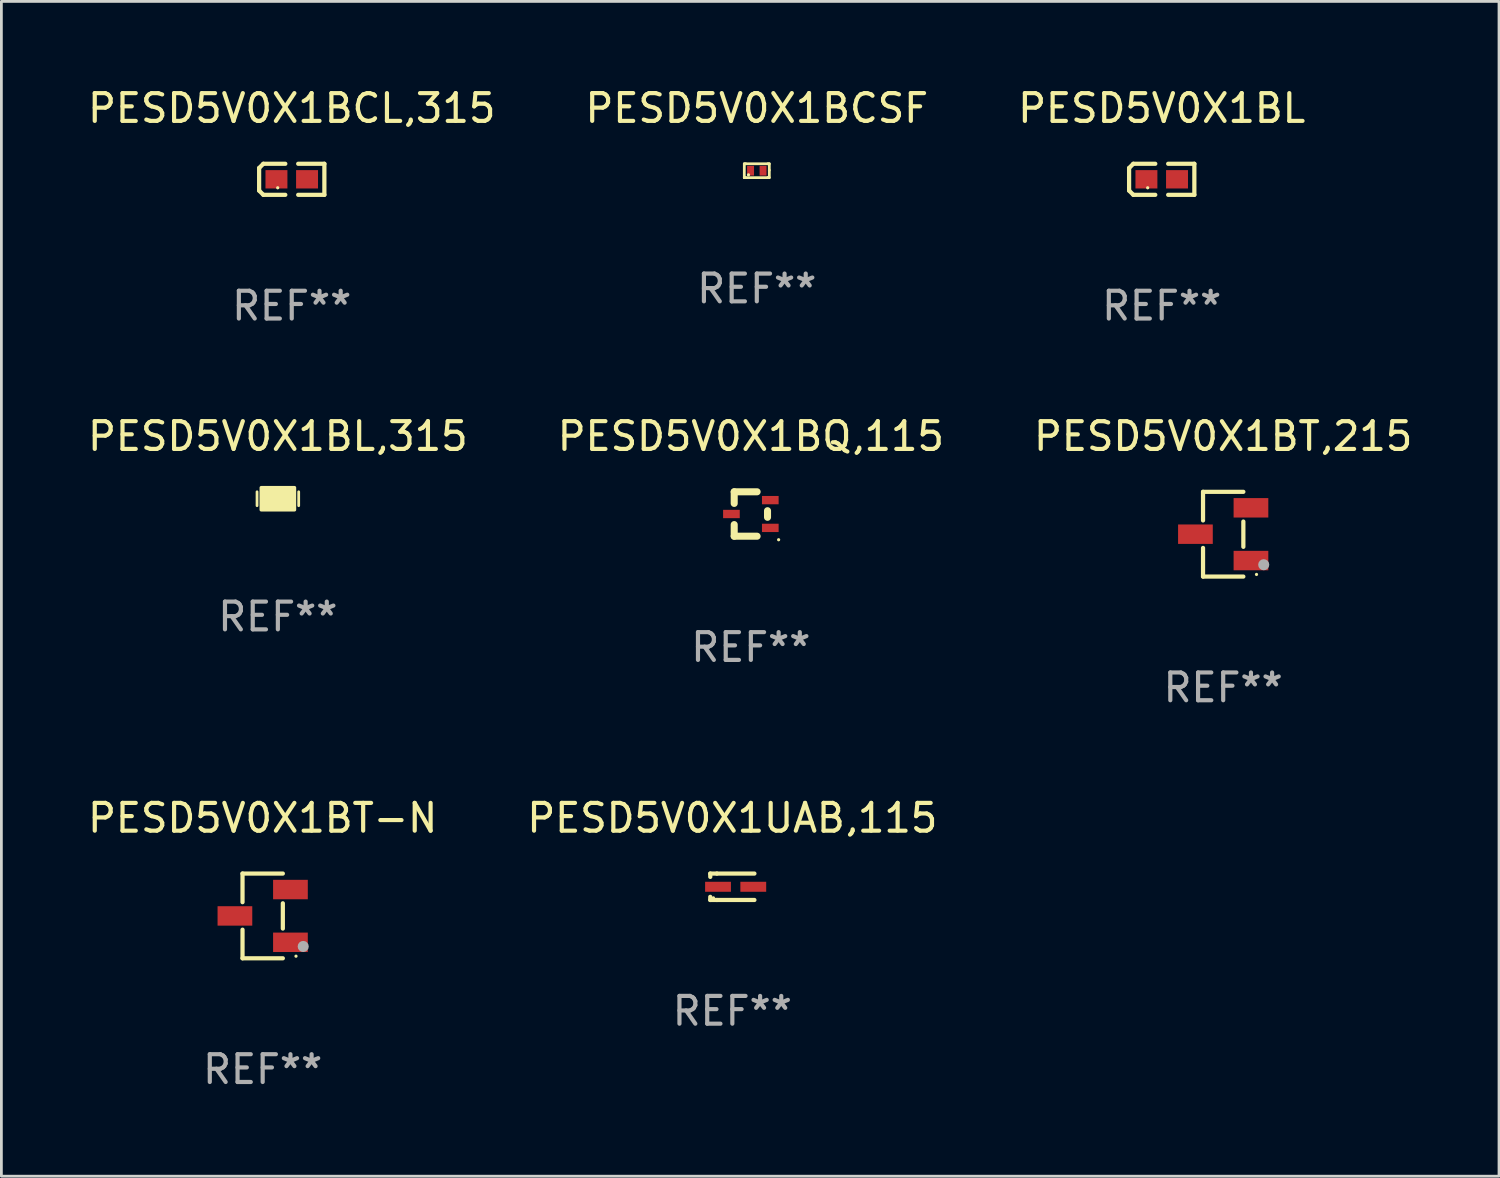
<source format=kicad_pcb>
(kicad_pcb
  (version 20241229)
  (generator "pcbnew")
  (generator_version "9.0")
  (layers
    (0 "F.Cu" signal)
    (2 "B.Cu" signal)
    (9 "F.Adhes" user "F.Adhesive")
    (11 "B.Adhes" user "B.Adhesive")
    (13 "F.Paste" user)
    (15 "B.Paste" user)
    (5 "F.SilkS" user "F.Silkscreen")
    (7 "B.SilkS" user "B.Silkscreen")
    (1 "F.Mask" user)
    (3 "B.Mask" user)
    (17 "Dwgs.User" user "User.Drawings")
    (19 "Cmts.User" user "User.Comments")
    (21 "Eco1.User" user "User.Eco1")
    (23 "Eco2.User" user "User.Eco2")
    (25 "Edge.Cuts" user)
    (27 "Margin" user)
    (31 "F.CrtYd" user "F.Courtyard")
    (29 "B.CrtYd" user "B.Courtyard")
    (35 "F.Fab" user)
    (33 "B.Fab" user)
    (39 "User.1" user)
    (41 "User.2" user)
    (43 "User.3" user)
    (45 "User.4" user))
  (footprint "PESD5V0X1UAB,115"
    (layer "F.Cu")
    (at 23.327 28.889)
    (property "Reference" "PESD5V0X1UAB,115" (at 0 -2.476 0) (layer "F.SilkS") (effects (font (size 1 1) (thickness 0.15))))
    (attr through_hole)
    (fp_line (start -0.795 -0.476) (end -0.795 -0.356) (stroke (width 0.152) (type solid)) (layer "F.SilkS"))
    (fp_line (start -0.795 0.363) (end -0.795 0.476) (stroke (width 0.152) (type solid)) (layer "F.SilkS"))
    (fp_line (start -0.795 0.476) (end -0.557 0.476) (stroke (width 0.152) (type solid)) (layer "F.SilkS"))
    (fp_line (start -0.557 -0.476) (end -0.795 -0.476) (stroke (width 0.152) (type solid)) (layer "F.SilkS"))
    (fp_line (start -0.557 -0.476) (end 0.795 -0.476) (stroke (width 0.152) (type solid)) (layer "F.SilkS"))
    (fp_line (start -0.557 0.476) (end 0.795 0.476) (stroke (width 0.152) (type solid)) (layer "F.SilkS"))
    (fp_circle (center -0.681 0.4) (end -0.651 0.4) (stroke (width 0.06) (type solid)) (fill no) (layer "F.SilkS"))
    (fp_text user "REF**" (at 0 4.476 0) (layer "F.Fab") (effects (font (size 1 1) (thickness 0.15))))
    (pad "1" smd rect (at -0.516 0 180) (size 0.93 0.36) (layers "F.Cu" "F.Mask" "F.Paste"))
    (pad "2" smd rect (at 0.754 0 180) (size 0.93 0.36) (layers "F.Cu" "F.Mask" "F.Paste")))
  (footprint "PESD5V0X1BCL,315"
    (layer "F.Cu")
    (at 7.458 3.408)
    (property "Reference" "PESD5V0X1BCL,315" (at 0 -2.559 0) (layer "F.SilkS") (effects (font (size 1 1) (thickness 0.15))))
    (attr through_hole)
    (fp_line (start -1.175 -0.407) (end -1.023 -0.559) (stroke (width 0.152) (type solid)) (layer "F.SilkS"))
    (fp_line (start -1.175 0.407) (end -1.175 -0.407) (stroke (width 0.152) (type solid)) (layer "F.SilkS"))
    (fp_line (start -1.023 -0.559) (end -0.232 -0.559) (stroke (width 0.152) (type solid)) (layer "F.SilkS"))
    (fp_line (start -1.023 0.559) (end -1.175 0.407) (stroke (width 0.152) (type solid)) (layer "F.SilkS"))
    (fp_line (start -0.232 0.559) (end -1.023 0.559) (stroke (width 0.152) (type solid)) (layer "F.SilkS"))
    (fp_line (start 0.232 0.559) (end 1.175 0.559) (stroke (width 0.152) (type solid)) (layer "F.SilkS"))
    (fp_line (start 1.175 -0.559) (end 0.232 -0.559) (stroke (width 0.152) (type solid)) (layer "F.SilkS"))
    (fp_line (start 1.175 0.559) (end 1.175 -0.559) (stroke (width 0.152) (type solid)) (layer "F.SilkS"))
    (fp_circle (center -0.506 0.306) (end -0.476 0.306) (stroke (width 0.06) (type solid)) (fill no) (layer "F.SilkS"))
    (fp_text user "REF**" (at 0 4.559 0) (layer "F.Fab") (effects (font (size 1 1) (thickness 0.15))))
    (pad "1" smd rect (at -0.551 0) (size 0.79 0.661) (layers "F.Cu" "F.Mask" "F.Paste"))
    (pad "2" smd rect (at 0.551 0) (size 0.79 0.661) (layers "F.Cu" "F.Mask" "F.Paste")))
  (footprint "PESD5V0X1BT,215"
    (layer "F.Cu")
    (at 41.006 16.19)
    (property "Reference" "PESD5V0X1BT,215" (at 0 -3.526 0) (layer "F.SilkS") (effects (font (size 1 1) (thickness 0.15))))
    (attr through_hole)
    (fp_line (start -0.726 -1.526) (end -0.726 -0.495) (stroke (width 0.152) (type solid)) (layer "F.SilkS"))
    (fp_line (start -0.726 1.526) (end -0.726 0.495) (stroke (width 0.152) (type solid)) (layer "F.SilkS"))
    (fp_line (start 0.726 -1.526) (end -0.726 -1.526) (stroke (width 0.152) (type solid)) (layer "F.SilkS"))
    (fp_line (start 0.726 -0.455) (end 0.726 0.455) (stroke (width 0.152) (type solid)) (layer "F.SilkS"))
    (fp_line (start 0.726 1.526) (end -0.726 1.526) (stroke (width 0.152) (type solid)) (layer "F.SilkS"))
    (fp_circle (center 1.2 1.45) (end 1.23 1.45) (stroke (width 0.06) (type solid)) (fill no) (layer "F.SilkS"))
    (fp_circle (center 1.46 1.1) (end 1.56 1.1) (stroke (width 0.2) (type solid)) (fill no) (layer "F.Fab"))
    (fp_text user "REF**" (at 0 5.526 0) (layer "F.Fab") (effects (font (size 1 1) (thickness 0.15))))
    (pad "1" smd rect (at 1 0.95) (size 1.25 0.7) (layers "F.Cu" "F.Mask" "F.Paste"))
    (pad "2" smd rect (at 1 -0.95) (size 1.25 0.7) (layers "F.Cu" "F.Mask" "F.Paste"))
    (pad "3" smd rect (at -1 0) (size 1.25 0.7) (layers "F.Cu" "F.Mask" "F.Paste")))
  (footprint "PESD5V0X1BQ,115"
    (layer "F.Cu")
    (at 23.994 15.463)
    (property "Reference" "PESD5V0X1BQ,115" (at 0 -2.8 0) (layer "F.SilkS") (effects (font (size 1 1) (thickness 0.15))))
    (attr through_hole)
    (fp_line (start -0.6 -0.8) (end -0.6 -0.381) (stroke (width 0.254) (type solid)) (layer "F.SilkS"))
    (fp_line (start -0.6 -0.8) (end 0.225 -0.8) (stroke (width 0.254) (type solid)) (layer "F.SilkS"))
    (fp_line (start -0.6 0.381) (end -0.6 0.8) (stroke (width 0.254) (type solid)) (layer "F.SilkS"))
    (fp_line (start -0.6 0.8) (end 0.225 0.8) (stroke (width 0.254) (type solid)) (layer "F.SilkS"))
    (fp_line (start 0.6 -0.119) (end 0.6 0.119) (stroke (width 0.254) (type solid)) (layer "F.SilkS"))
    (fp_circle (center 1 0.927) (end 1.03 0.927) (stroke (width 0.06) (type solid)) (fill no) (layer "F.SilkS"))
    (fp_text user "REF**" (at 0 4.8 0) (layer "F.Fab") (effects (font (size 1 1) (thickness 0.15))))
    (pad "1" smd rect (at 0.7 0.5 180) (size 0.6 0.3) (layers "F.Cu" "F.Mask" "F.Paste"))
    (pad "2" smd rect (at 0.7 -0.5 180) (size 0.6 0.3) (layers "F.Cu" "F.Mask" "F.Paste"))
    (pad "3" smd rect (at -0.7 -0.000051 180) (size 0.6 0.3) (layers "F.Cu" "F.Mask" "F.Paste")))
  (footprint "PESD5V0X1BCSF"
    (layer "F.Cu")
    (at 24.208 3.098)
    (property "Reference" "PESD5V0X1BCSF" (at 0 -2.25 0) (layer "F.SilkS") (effects (font (size 1 1) (thickness 0.15))))
    (attr through_hole)
    (fp_line (start -0.45 -0.25) (end -0.45 0.25) (stroke (width 0.1) (type solid)) (layer "F.SilkS"))
    (fp_line (start -0.45 0.25) (end -0.45 0.25) (stroke (width 0.1) (type solid)) (layer "F.SilkS"))
    (fp_line (start -0.4 -0.25) (end -0.45 -0.25) (stroke (width 0.1) (type solid)) (layer "F.SilkS"))
    (fp_line (start -0.4 -0.25) (end 0.4 -0.25) (stroke (width 0.1) (type solid)) (layer "F.SilkS"))
    (fp_line (start -0.4 0.25) (end -0.45 0.25) (stroke (width 0.1) (type solid)) (layer "F.SilkS"))
    (fp_line (start -0.4 0.25) (end 0.4 0.25) (stroke (width 0.1) (type solid)) (layer "F.SilkS"))
    (fp_line (start 0.4 -0.25) (end 0.45 -0.25) (stroke (width 0.1) (type solid)) (layer "F.SilkS"))
    (fp_line (start 0.4 0.25) (end 0.4 0.25) (stroke (width 0.1) (type solid)) (layer "F.SilkS"))
    (fp_line (start 0.45 -0.25) (end 0.45 -0.018) (stroke (width 0.1) (type solid)) (layer "F.SilkS"))
    (fp_line (start 0.45 -0.018) (end 0.45 0.25) (stroke (width 0.1) (type solid)) (layer "F.SilkS"))
    (fp_line (start 0.45 0.25) (end 0.4 0.25) (stroke (width 0.1) (type solid)) (layer "F.SilkS"))
    (fp_circle (center -0.3 0.15) (end -0.27 0.15) (stroke (width 0.06) (type solid)) (fill no) (layer "F.SilkS"))
    (fp_text user "REF**" (at 0 4.25 0) (layer "F.Fab") (effects (font (size 1 1) (thickness 0.15))))
    (pad "1" smd rect (at -0.225 0) (size 0.25 0.35) (layers "F.Cu" "F.Mask" "F.Paste"))
    (pad "2" smd rect (at 0.225 0) (size 0.25 0.35) (layers "F.Cu" "F.Mask" "F.Paste")))
  (footprint "PESD5V0X1BL"
    (layer "F.Cu")
    (at 38.792 3.408)
    (property "Reference" "PESD5V0X1BL" (at 0 -2.559 0) (layer "F.SilkS") (effects (font (size 1 1) (thickness 0.15))))
    (attr through_hole)
    (fp_line (start -1.175 -0.407) (end -1.023 -0.559) (stroke (width 0.152) (type solid)) (layer "F.SilkS"))
    (fp_line (start -1.175 0.407) (end -1.175 -0.407) (stroke (width 0.152) (type solid)) (layer "F.SilkS"))
    (fp_line (start -1.023 -0.559) (end -0.232 -0.559) (stroke (width 0.152) (type solid)) (layer "F.SilkS"))
    (fp_line (start -1.023 0.559) (end -1.175 0.407) (stroke (width 0.152) (type solid)) (layer "F.SilkS"))
    (fp_line (start -0.232 0.559) (end -1.023 0.559) (stroke (width 0.152) (type solid)) (layer "F.SilkS"))
    (fp_line (start 0.232 0.559) (end 1.175 0.559) (stroke (width 0.152) (type solid)) (layer "F.SilkS"))
    (fp_line (start 1.175 -0.559) (end 0.232 -0.559) (stroke (width 0.152) (type solid)) (layer "F.SilkS"))
    (fp_line (start 1.175 0.559) (end 1.175 -0.559) (stroke (width 0.152) (type solid)) (layer "F.SilkS"))
    (fp_circle (center -0.506 0.306) (end -0.476 0.306) (stroke (width 0.06) (type solid)) (fill no) (layer "F.SilkS"))
    (fp_text user "REF**" (at 0 4.559 0) (layer "F.Fab") (effects (font (size 1 1) (thickness 0.15))))
    (pad "1" smd rect (at -0.551 0) (size 0.79 0.661) (layers "F.Cu" "F.Mask" "F.Paste"))
    (pad "2" smd rect (at 0.551 0) (size 0.79 0.661) (layers "F.Cu" "F.Mask" "F.Paste")))
  (footprint "PESD5V0X1BT-N"
    (layer "F.Cu")
    (at 6.411 29.939)
    (property "Reference" "PESD5V0X1BT-N" (at 0 -3.526 0) (layer "F.SilkS") (effects (font (size 1 1) (thickness 0.15))))
    (attr through_hole)
    (fp_line (start -0.726 -1.526) (end -0.726 -0.495) (stroke (width 0.152) (type solid)) (layer "F.SilkS"))
    (fp_line (start -0.726 1.526) (end -0.726 0.495) (stroke (width 0.152) (type solid)) (layer "F.SilkS"))
    (fp_line (start 0.726 -1.526) (end -0.726 -1.526) (stroke (width 0.152) (type solid)) (layer "F.SilkS"))
    (fp_line (start 0.726 -0.455) (end 0.726 0.455) (stroke (width 0.152) (type solid)) (layer "F.SilkS"))
    (fp_line (start 0.726 1.526) (end -0.726 1.526) (stroke (width 0.152) (type solid)) (layer "F.SilkS"))
    (fp_circle (center 1.2 1.45) (end 1.23 1.45) (stroke (width 0.06) (type solid)) (fill no) (layer "F.SilkS"))
    (fp_circle (center 1.46 1.1) (end 1.56 1.1) (stroke (width 0.2) (type solid)) (fill no) (layer "F.Fab"))
    (fp_text user "REF**" (at 0 5.526 0) (layer "F.Fab") (effects (font (size 1 1) (thickness 0.15))))
    (pad "1" smd rect (at 1 0.95) (size 1.25 0.7) (layers "F.Cu" "F.Mask" "F.Paste"))
    (pad "2" smd rect (at 1 -0.95) (size 1.25 0.7) (layers "F.Cu" "F.Mask" "F.Paste"))
    (pad "3" smd rect (at -1 0) (size 1.25 0.7) (layers "F.Cu" "F.Mask" "F.Paste")))
  (footprint "PESD5V0X1BL,315"
    (layer "F.Cu")
    (at 6.958 14.913)
    (property "Reference" "PESD5V0X1BL,315" (at 0 -2.25 0) (layer "F.SilkS") (effects (font (size 1 1) (thickness 0.15))))
    (attr through_hole)
    (fp_line (start -0.75 0.25) (end -0.75 -0.25) (stroke (width 0.1) (type solid)) (layer "F.SilkS"))
    (fp_line (start 0.75 -0.25) (end 0.75 0.25) (stroke (width 0.1) (type solid)) (layer "F.SilkS"))
    (fp_circle (center -0.5 0.3) (end -0.47 0.3) (stroke (width 0.06) (type solid)) (fill no) (layer "F.SilkS"))
    (fp_poly (pts (xy -0.6 -0.4) (xy 0.6 -0.4) (xy 0.6 0.4) (xy -0.6 0.4)) (stroke (width 0.12) (type solid)) (fill yes) (layer "F.SilkS"))
    (fp_text user "REF**" (at 0 4.25 0) (layer "F.Fab") (effects (font (size 1 1) (thickness 0.15))))
    (pad "1" smd rect (at -0.325 -0.000013) (size 0.3 0.6) (layers "F.Cu" "F.Mask" "F.Paste"))
    (pad "2" smd rect (at 0.325 -0.000013) (size 0.3 0.6) (layers "F.Cu" "F.Mask" "F.Paste")))
  (gr_rect
    (start -3 -3)
    (end 50.94 39.313)
    (stroke (width 0.1) (type default))
    (fill no)
    (layer "Edge.Cuts")))
</source>
